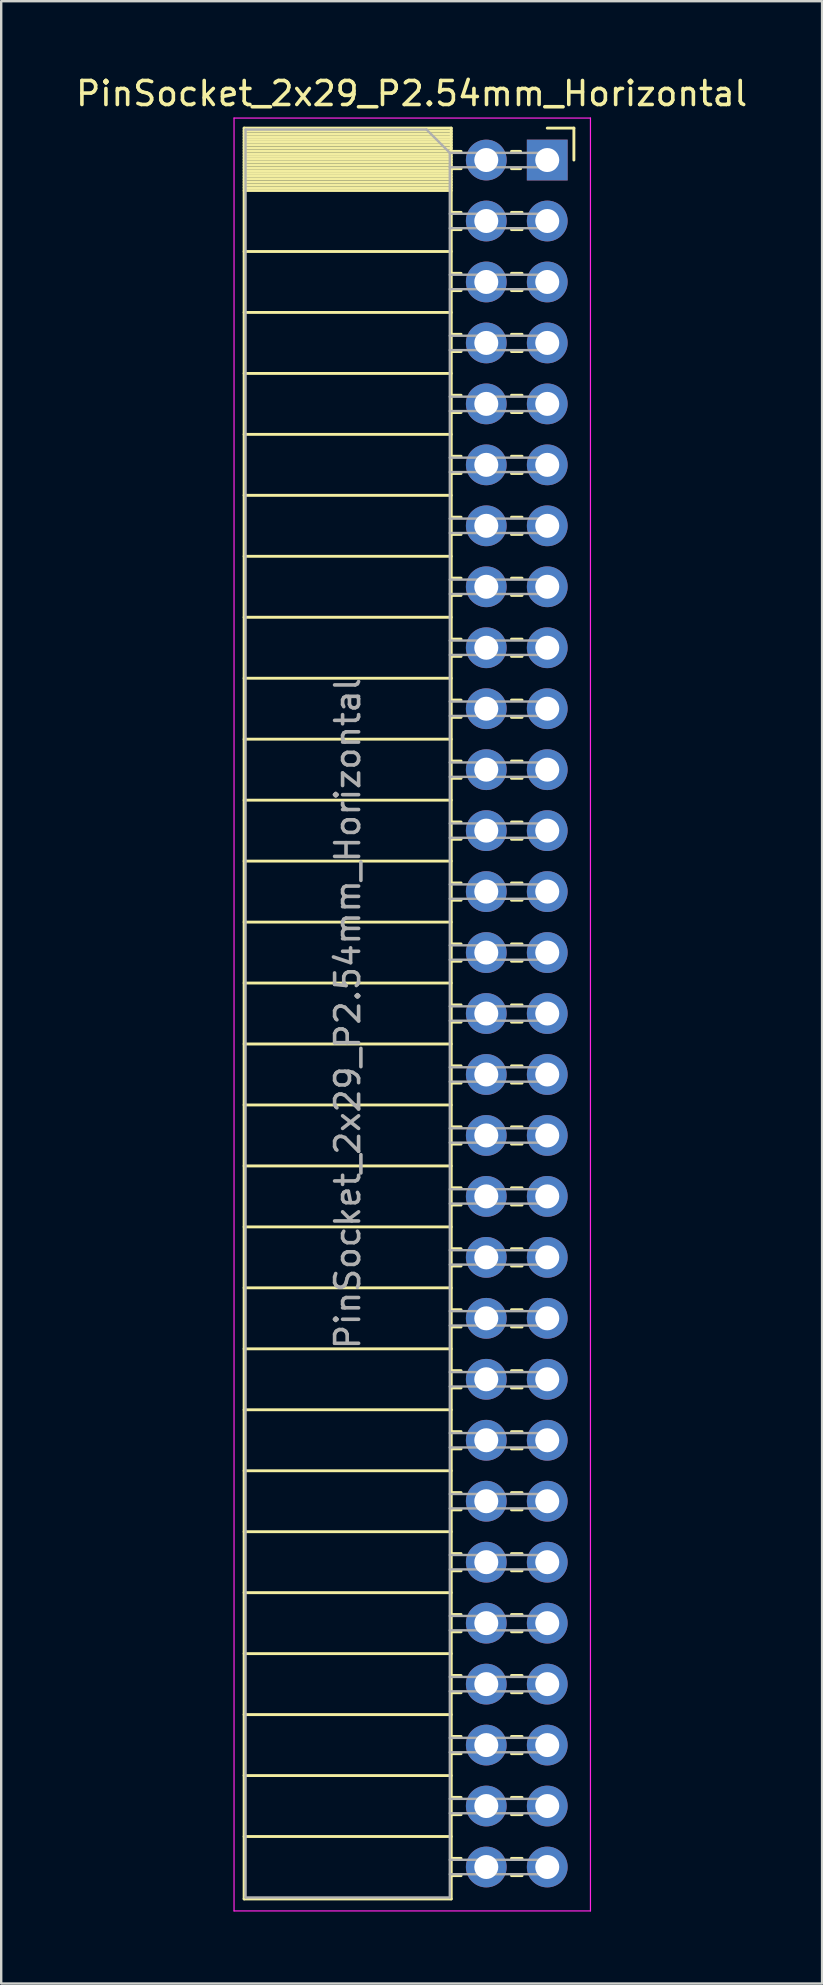
<source format=kicad_pcb>
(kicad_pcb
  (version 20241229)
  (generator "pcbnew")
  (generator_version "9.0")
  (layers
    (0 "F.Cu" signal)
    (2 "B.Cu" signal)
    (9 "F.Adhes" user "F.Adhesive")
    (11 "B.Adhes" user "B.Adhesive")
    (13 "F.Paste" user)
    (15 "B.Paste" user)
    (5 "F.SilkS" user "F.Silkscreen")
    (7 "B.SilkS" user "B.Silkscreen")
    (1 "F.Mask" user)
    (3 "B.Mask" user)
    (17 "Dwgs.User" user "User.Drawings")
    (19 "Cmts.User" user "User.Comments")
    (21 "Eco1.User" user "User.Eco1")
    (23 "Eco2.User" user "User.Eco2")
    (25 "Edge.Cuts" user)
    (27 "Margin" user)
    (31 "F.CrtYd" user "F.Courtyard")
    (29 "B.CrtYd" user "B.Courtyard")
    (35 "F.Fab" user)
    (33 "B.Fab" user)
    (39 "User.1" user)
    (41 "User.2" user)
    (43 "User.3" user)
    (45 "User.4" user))
  (footprint "PinSocket_2x29_P2.54mm_Horizontal"
    (layer "F.Cu")
    (at 19.751 3.618)
    (property "Reference" "PinSocket_2x29_P2.54mm_Horizontal" (at -5.65 -2.77 0) (layer "F.SilkS") (effects (font (size 1 1) (thickness 0.15))))
    (attr through_hole)
    (fp_line (start -12.63 -1.33) (end -12.63 72.45) (stroke (width 0.12) (type solid)) (layer "F.SilkS"))
    (fp_line (start -12.63 -1.33) (end -4 -1.33) (stroke (width 0.12) (type solid)) (layer "F.SilkS"))
    (fp_line (start -12.63 -1.21) (end -4 -1.21) (stroke (width 0.12) (type solid)) (layer "F.SilkS"))
    (fp_line (start -12.63 -1.092) (end -4 -1.092) (stroke (width 0.12) (type solid)) (layer "F.SilkS"))
    (fp_line (start -12.63 -0.974) (end -4 -0.974) (stroke (width 0.12) (type solid)) (layer "F.SilkS"))
    (fp_line (start -12.63 -0.856) (end -4 -0.856) (stroke (width 0.12) (type solid)) (layer "F.SilkS"))
    (fp_line (start -12.63 -0.738) (end -4 -0.738) (stroke (width 0.12) (type solid)) (layer "F.SilkS"))
    (fp_line (start -12.63 -0.62) (end -4 -0.62) (stroke (width 0.12) (type solid)) (layer "F.SilkS"))
    (fp_line (start -12.63 -0.501) (end -4 -0.501) (stroke (width 0.12) (type solid)) (layer "F.SilkS"))
    (fp_line (start -12.63 -0.383) (end -4 -0.383) (stroke (width 0.12) (type solid)) (layer "F.SilkS"))
    (fp_line (start -12.63 -0.265) (end -4 -0.265) (stroke (width 0.12) (type solid)) (layer "F.SilkS"))
    (fp_line (start -12.63 -0.147) (end -4 -0.147) (stroke (width 0.12) (type solid)) (layer "F.SilkS"))
    (fp_line (start -12.63 -0.029) (end -4 -0.029) (stroke (width 0.12) (type solid)) (layer "F.SilkS"))
    (fp_line (start -12.63 0.089) (end -4 0.089) (stroke (width 0.12) (type solid)) (layer "F.SilkS"))
    (fp_line (start -12.63 0.207) (end -4 0.207) (stroke (width 0.12) (type solid)) (layer "F.SilkS"))
    (fp_line (start -12.63 0.325) (end -4 0.325) (stroke (width 0.12) (type solid)) (layer "F.SilkS"))
    (fp_line (start -12.63 0.443) (end -4 0.443) (stroke (width 0.12) (type solid)) (layer "F.SilkS"))
    (fp_line (start -12.63 0.561) (end -4 0.561) (stroke (width 0.12) (type solid)) (layer "F.SilkS"))
    (fp_line (start -12.63 0.68) (end -4 0.68) (stroke (width 0.12) (type solid)) (layer "F.SilkS"))
    (fp_line (start -12.63 0.798) (end -4 0.798) (stroke (width 0.12) (type solid)) (layer "F.SilkS"))
    (fp_line (start -12.63 0.916) (end -4 0.916) (stroke (width 0.12) (type solid)) (layer "F.SilkS"))
    (fp_line (start -12.63 1.034) (end -4 1.034) (stroke (width 0.12) (type solid)) (layer "F.SilkS"))
    (fp_line (start -12.63 1.152) (end -4 1.152) (stroke (width 0.12) (type solid)) (layer "F.SilkS"))
    (fp_line (start -12.63 1.27) (end -4 1.27) (stroke (width 0.12) (type solid)) (layer "F.SilkS"))
    (fp_line (start -12.63 3.81) (end -4 3.81) (stroke (width 0.12) (type solid)) (layer "F.SilkS"))
    (fp_line (start -12.63 6.35) (end -4 6.35) (stroke (width 0.12) (type solid)) (layer "F.SilkS"))
    (fp_line (start -12.63 8.89) (end -4 8.89) (stroke (width 0.12) (type solid)) (layer "F.SilkS"))
    (fp_line (start -12.63 11.43) (end -4 11.43) (stroke (width 0.12) (type solid)) (layer "F.SilkS"))
    (fp_line (start -12.63 13.97) (end -4 13.97) (stroke (width 0.12) (type solid)) (layer "F.SilkS"))
    (fp_line (start -12.63 16.51) (end -4 16.51) (stroke (width 0.12) (type solid)) (layer "F.SilkS"))
    (fp_line (start -12.63 19.05) (end -4 19.05) (stroke (width 0.12) (type solid)) (layer "F.SilkS"))
    (fp_line (start -12.63 21.59) (end -4 21.59) (stroke (width 0.12) (type solid)) (layer "F.SilkS"))
    (fp_line (start -12.63 24.13) (end -4 24.13) (stroke (width 0.12) (type solid)) (layer "F.SilkS"))
    (fp_line (start -12.63 26.67) (end -4 26.67) (stroke (width 0.12) (type solid)) (layer "F.SilkS"))
    (fp_line (start -12.63 29.21) (end -4 29.21) (stroke (width 0.12) (type solid)) (layer "F.SilkS"))
    (fp_line (start -12.63 31.75) (end -4 31.75) (stroke (width 0.12) (type solid)) (layer "F.SilkS"))
    (fp_line (start -12.63 34.29) (end -4 34.29) (stroke (width 0.12) (type solid)) (layer "F.SilkS"))
    (fp_line (start -12.63 36.83) (end -4 36.83) (stroke (width 0.12) (type solid)) (layer "F.SilkS"))
    (fp_line (start -12.63 39.37) (end -4 39.37) (stroke (width 0.12) (type solid)) (layer "F.SilkS"))
    (fp_line (start -12.63 41.91) (end -4 41.91) (stroke (width 0.12) (type solid)) (layer "F.SilkS"))
    (fp_line (start -12.63 44.45) (end -4 44.45) (stroke (width 0.12) (type solid)) (layer "F.SilkS"))
    (fp_line (start -12.63 46.99) (end -4 46.99) (stroke (width 0.12) (type solid)) (layer "F.SilkS"))
    (fp_line (start -12.63 49.53) (end -4 49.53) (stroke (width 0.12) (type solid)) (layer "F.SilkS"))
    (fp_line (start -12.63 52.07) (end -4 52.07) (stroke (width 0.12) (type solid)) (layer "F.SilkS"))
    (fp_line (start -12.63 54.61) (end -4 54.61) (stroke (width 0.12) (type solid)) (layer "F.SilkS"))
    (fp_line (start -12.63 57.15) (end -4 57.15) (stroke (width 0.12) (type solid)) (layer "F.SilkS"))
    (fp_line (start -12.63 59.69) (end -4 59.69) (stroke (width 0.12) (type solid)) (layer "F.SilkS"))
    (fp_line (start -12.63 62.23) (end -4 62.23) (stroke (width 0.12) (type solid)) (layer "F.SilkS"))
    (fp_line (start -12.63 64.77) (end -4 64.77) (stroke (width 0.12) (type solid)) (layer "F.SilkS"))
    (fp_line (start -12.63 67.31) (end -4 67.31) (stroke (width 0.12) (type solid)) (layer "F.SilkS"))
    (fp_line (start -12.63 69.85) (end -4 69.85) (stroke (width 0.12) (type solid)) (layer "F.SilkS"))
    (fp_line (start -12.63 72.45) (end -4 72.45) (stroke (width 0.12) (type solid)) (layer "F.SilkS"))
    (fp_line (start -4 -1.33) (end -4 72.45) (stroke (width 0.12) (type solid)) (layer "F.SilkS"))
    (fp_line (start -4 -0.36) (end -3.59 -0.36) (stroke (width 0.12) (type solid)) (layer "F.SilkS"))
    (fp_line (start -4 0.36) (end -3.59 0.36) (stroke (width 0.12) (type solid)) (layer "F.SilkS"))
    (fp_line (start -4 2.18) (end -3.59 2.18) (stroke (width 0.12) (type solid)) (layer "F.SilkS"))
    (fp_line (start -4 2.9) (end -3.59 2.9) (stroke (width 0.12) (type solid)) (layer "F.SilkS"))
    (fp_line (start -4 4.72) (end -3.59 4.72) (stroke (width 0.12) (type solid)) (layer "F.SilkS"))
    (fp_line (start -4 5.44) (end -3.59 5.44) (stroke (width 0.12) (type solid)) (layer "F.SilkS"))
    (fp_line (start -4 7.26) (end -3.59 7.26) (stroke (width 0.12) (type solid)) (layer "F.SilkS"))
    (fp_line (start -4 7.98) (end -3.59 7.98) (stroke (width 0.12) (type solid)) (layer "F.SilkS"))
    (fp_line (start -4 9.8) (end -3.59 9.8) (stroke (width 0.12) (type solid)) (layer "F.SilkS"))
    (fp_line (start -4 10.52) (end -3.59 10.52) (stroke (width 0.12) (type solid)) (layer "F.SilkS"))
    (fp_line (start -4 12.34) (end -3.59 12.34) (stroke (width 0.12) (type solid)) (layer "F.SilkS"))
    (fp_line (start -4 13.06) (end -3.59 13.06) (stroke (width 0.12) (type solid)) (layer "F.SilkS"))
    (fp_line (start -4 14.88) (end -3.59 14.88) (stroke (width 0.12) (type solid)) (layer "F.SilkS"))
    (fp_line (start -4 15.6) (end -3.59 15.6) (stroke (width 0.12) (type solid)) (layer "F.SilkS"))
    (fp_line (start -4 17.42) (end -3.59 17.42) (stroke (width 0.12) (type solid)) (layer "F.SilkS"))
    (fp_line (start -4 18.14) (end -3.59 18.14) (stroke (width 0.12) (type solid)) (layer "F.SilkS"))
    (fp_line (start -4 19.96) (end -3.59 19.96) (stroke (width 0.12) (type solid)) (layer "F.SilkS"))
    (fp_line (start -4 20.68) (end -3.59 20.68) (stroke (width 0.12) (type solid)) (layer "F.SilkS"))
    (fp_line (start -4 22.5) (end -3.59 22.5) (stroke (width 0.12) (type solid)) (layer "F.SilkS"))
    (fp_line (start -4 23.22) (end -3.59 23.22) (stroke (width 0.12) (type solid)) (layer "F.SilkS"))
    (fp_line (start -4 25.04) (end -3.59 25.04) (stroke (width 0.12) (type solid)) (layer "F.SilkS"))
    (fp_line (start -4 25.76) (end -3.59 25.76) (stroke (width 0.12) (type solid)) (layer "F.SilkS"))
    (fp_line (start -4 27.58) (end -3.59 27.58) (stroke (width 0.12) (type solid)) (layer "F.SilkS"))
    (fp_line (start -4 28.3) (end -3.59 28.3) (stroke (width 0.12) (type solid)) (layer "F.SilkS"))
    (fp_line (start -4 30.12) (end -3.59 30.12) (stroke (width 0.12) (type solid)) (layer "F.SilkS"))
    (fp_line (start -4 30.84) (end -3.59 30.84) (stroke (width 0.12) (type solid)) (layer "F.SilkS"))
    (fp_line (start -4 32.66) (end -3.59 32.66) (stroke (width 0.12) (type solid)) (layer "F.SilkS"))
    (fp_line (start -4 33.38) (end -3.59 33.38) (stroke (width 0.12) (type solid)) (layer "F.SilkS"))
    (fp_line (start -4 35.2) (end -3.59 35.2) (stroke (width 0.12) (type solid)) (layer "F.SilkS"))
    (fp_line (start -4 35.92) (end -3.59 35.92) (stroke (width 0.12) (type solid)) (layer "F.SilkS"))
    (fp_line (start -4 37.74) (end -3.59 37.74) (stroke (width 0.12) (type solid)) (layer "F.SilkS"))
    (fp_line (start -4 38.46) (end -3.59 38.46) (stroke (width 0.12) (type solid)) (layer "F.SilkS"))
    (fp_line (start -4 40.28) (end -3.59 40.28) (stroke (width 0.12) (type solid)) (layer "F.SilkS"))
    (fp_line (start -4 41) (end -3.59 41) (stroke (width 0.12) (type solid)) (layer "F.SilkS"))
    (fp_line (start -4 42.82) (end -3.59 42.82) (stroke (width 0.12) (type solid)) (layer "F.SilkS"))
    (fp_line (start -4 43.54) (end -3.59 43.54) (stroke (width 0.12) (type solid)) (layer "F.SilkS"))
    (fp_line (start -4 45.36) (end -3.59 45.36) (stroke (width 0.12) (type solid)) (layer "F.SilkS"))
    (fp_line (start -4 46.08) (end -3.59 46.08) (stroke (width 0.12) (type solid)) (layer "F.SilkS"))
    (fp_line (start -4 47.9) (end -3.59 47.9) (stroke (width 0.12) (type solid)) (layer "F.SilkS"))
    (fp_line (start -4 48.62) (end -3.59 48.62) (stroke (width 0.12) (type solid)) (layer "F.SilkS"))
    (fp_line (start -4 50.44) (end -3.59 50.44) (stroke (width 0.12) (type solid)) (layer "F.SilkS"))
    (fp_line (start -4 51.16) (end -3.59 51.16) (stroke (width 0.12) (type solid)) (layer "F.SilkS"))
    (fp_line (start -4 52.98) (end -3.59 52.98) (stroke (width 0.12) (type solid)) (layer "F.SilkS"))
    (fp_line (start -4 53.7) (end -3.59 53.7) (stroke (width 0.12) (type solid)) (layer "F.SilkS"))
    (fp_line (start -4 55.52) (end -3.59 55.52) (stroke (width 0.12) (type solid)) (layer "F.SilkS"))
    (fp_line (start -4 56.24) (end -3.59 56.24) (stroke (width 0.12) (type solid)) (layer "F.SilkS"))
    (fp_line (start -4 58.06) (end -3.59 58.06) (stroke (width 0.12) (type solid)) (layer "F.SilkS"))
    (fp_line (start -4 58.78) (end -3.59 58.78) (stroke (width 0.12) (type solid)) (layer "F.SilkS"))
    (fp_line (start -4 60.6) (end -3.59 60.6) (stroke (width 0.12) (type solid)) (layer "F.SilkS"))
    (fp_line (start -4 61.32) (end -3.59 61.32) (stroke (width 0.12) (type solid)) (layer "F.SilkS"))
    (fp_line (start -4 63.14) (end -3.59 63.14) (stroke (width 0.12) (type solid)) (layer "F.SilkS"))
    (fp_line (start -4 63.86) (end -3.59 63.86) (stroke (width 0.12) (type solid)) (layer "F.SilkS"))
    (fp_line (start -4 65.68) (end -3.59 65.68) (stroke (width 0.12) (type solid)) (layer "F.SilkS"))
    (fp_line (start -4 66.4) (end -3.59 66.4) (stroke (width 0.12) (type solid)) (layer "F.SilkS"))
    (fp_line (start -4 68.22) (end -3.59 68.22) (stroke (width 0.12) (type solid)) (layer "F.SilkS"))
    (fp_line (start -4 68.94) (end -3.59 68.94) (stroke (width 0.12) (type solid)) (layer "F.SilkS"))
    (fp_line (start -4 70.76) (end -3.59 70.76) (stroke (width 0.12) (type solid)) (layer "F.SilkS"))
    (fp_line (start -4 71.48) (end -3.59 71.48) (stroke (width 0.12) (type solid)) (layer "F.SilkS"))
    (fp_line (start -1.49 -0.36) (end -1.11 -0.36) (stroke (width 0.12) (type solid)) (layer "F.SilkS"))
    (fp_line (start -1.49 0.36) (end -1.11 0.36) (stroke (width 0.12) (type solid)) (layer "F.SilkS"))
    (fp_line (start -1.49 2.18) (end -1.05 2.18) (stroke (width 0.12) (type solid)) (layer "F.SilkS"))
    (fp_line (start -1.49 2.9) (end -1.05 2.9) (stroke (width 0.12) (type solid)) (layer "F.SilkS"))
    (fp_line (start -1.49 4.72) (end -1.05 4.72) (stroke (width 0.12) (type solid)) (layer "F.SilkS"))
    (fp_line (start -1.49 5.44) (end -1.05 5.44) (stroke (width 0.12) (type solid)) (layer "F.SilkS"))
    (fp_line (start -1.49 7.26) (end -1.05 7.26) (stroke (width 0.12) (type solid)) (layer "F.SilkS"))
    (fp_line (start -1.49 7.98) (end -1.05 7.98) (stroke (width 0.12) (type solid)) (layer "F.SilkS"))
    (fp_line (start -1.49 9.8) (end -1.05 9.8) (stroke (width 0.12) (type solid)) (layer "F.SilkS"))
    (fp_line (start -1.49 10.52) (end -1.05 10.52) (stroke (width 0.12) (type solid)) (layer "F.SilkS"))
    (fp_line (start -1.49 12.34) (end -1.05 12.34) (stroke (width 0.12) (type solid)) (layer "F.SilkS"))
    (fp_line (start -1.49 13.06) (end -1.05 13.06) (stroke (width 0.12) (type solid)) (layer "F.SilkS"))
    (fp_line (start -1.49 14.88) (end -1.05 14.88) (stroke (width 0.12) (type solid)) (layer "F.SilkS"))
    (fp_line (start -1.49 15.6) (end -1.05 15.6) (stroke (width 0.12) (type solid)) (layer "F.SilkS"))
    (fp_line (start -1.49 17.42) (end -1.05 17.42) (stroke (width 0.12) (type solid)) (layer "F.SilkS"))
    (fp_line (start -1.49 18.14) (end -1.05 18.14) (stroke (width 0.12) (type solid)) (layer "F.SilkS"))
    (fp_line (start -1.49 19.96) (end -1.05 19.96) (stroke (width 0.12) (type solid)) (layer "F.SilkS"))
    (fp_line (start -1.49 20.68) (end -1.05 20.68) (stroke (width 0.12) (type solid)) (layer "F.SilkS"))
    (fp_line (start -1.49 22.5) (end -1.05 22.5) (stroke (width 0.12) (type solid)) (layer "F.SilkS"))
    (fp_line (start -1.49 23.22) (end -1.05 23.22) (stroke (width 0.12) (type solid)) (layer "F.SilkS"))
    (fp_line (start -1.49 25.04) (end -1.05 25.04) (stroke (width 0.12) (type solid)) (layer "F.SilkS"))
    (fp_line (start -1.49 25.76) (end -1.05 25.76) (stroke (width 0.12) (type solid)) (layer "F.SilkS"))
    (fp_line (start -1.49 27.58) (end -1.05 27.58) (stroke (width 0.12) (type solid)) (layer "F.SilkS"))
    (fp_line (start -1.49 28.3) (end -1.05 28.3) (stroke (width 0.12) (type solid)) (layer "F.SilkS"))
    (fp_line (start -1.49 30.12) (end -1.05 30.12) (stroke (width 0.12) (type solid)) (layer "F.SilkS"))
    (fp_line (start -1.49 30.84) (end -1.05 30.84) (stroke (width 0.12) (type solid)) (layer "F.SilkS"))
    (fp_line (start -1.49 32.66) (end -1.05 32.66) (stroke (width 0.12) (type solid)) (layer "F.SilkS"))
    (fp_line (start -1.49 33.38) (end -1.05 33.38) (stroke (width 0.12) (type solid)) (layer "F.SilkS"))
    (fp_line (start -1.49 35.2) (end -1.05 35.2) (stroke (width 0.12) (type solid)) (layer "F.SilkS"))
    (fp_line (start -1.49 35.92) (end -1.05 35.92) (stroke (width 0.12) (type solid)) (layer "F.SilkS"))
    (fp_line (start -1.49 37.74) (end -1.05 37.74) (stroke (width 0.12) (type solid)) (layer "F.SilkS"))
    (fp_line (start -1.49 38.46) (end -1.05 38.46) (stroke (width 0.12) (type solid)) (layer "F.SilkS"))
    (fp_line (start -1.49 40.28) (end -1.05 40.28) (stroke (width 0.12) (type solid)) (layer "F.SilkS"))
    (fp_line (start -1.49 41) (end -1.05 41) (stroke (width 0.12) (type solid)) (layer "F.SilkS"))
    (fp_line (start -1.49 42.82) (end -1.05 42.82) (stroke (width 0.12) (type solid)) (layer "F.SilkS"))
    (fp_line (start -1.49 43.54) (end -1.05 43.54) (stroke (width 0.12) (type solid)) (layer "F.SilkS"))
    (fp_line (start -1.49 45.36) (end -1.05 45.36) (stroke (width 0.12) (type solid)) (layer "F.SilkS"))
    (fp_line (start -1.49 46.08) (end -1.05 46.08) (stroke (width 0.12) (type solid)) (layer "F.SilkS"))
    (fp_line (start -1.49 47.9) (end -1.05 47.9) (stroke (width 0.12) (type solid)) (layer "F.SilkS"))
    (fp_line (start -1.49 48.62) (end -1.05 48.62) (stroke (width 0.12) (type solid)) (layer "F.SilkS"))
    (fp_line (start -1.49 50.44) (end -1.05 50.44) (stroke (width 0.12) (type solid)) (layer "F.SilkS"))
    (fp_line (start -1.49 51.16) (end -1.05 51.16) (stroke (width 0.12) (type solid)) (layer "F.SilkS"))
    (fp_line (start -1.49 52.98) (end -1.05 52.98) (stroke (width 0.12) (type solid)) (layer "F.SilkS"))
    (fp_line (start -1.49 53.7) (end -1.05 53.7) (stroke (width 0.12) (type solid)) (layer "F.SilkS"))
    (fp_line (start -1.49 55.52) (end -1.05 55.52) (stroke (width 0.12) (type solid)) (layer "F.SilkS"))
    (fp_line (start -1.49 56.24) (end -1.05 56.24) (stroke (width 0.12) (type solid)) (layer "F.SilkS"))
    (fp_line (start -1.49 58.06) (end -1.05 58.06) (stroke (width 0.12) (type solid)) (layer "F.SilkS"))
    (fp_line (start -1.49 58.78) (end -1.05 58.78) (stroke (width 0.12) (type solid)) (layer "F.SilkS"))
    (fp_line (start -1.49 60.6) (end -1.05 60.6) (stroke (width 0.12) (type solid)) (layer "F.SilkS"))
    (fp_line (start -1.49 61.32) (end -1.05 61.32) (stroke (width 0.12) (type solid)) (layer "F.SilkS"))
    (fp_line (start -1.49 63.14) (end -1.05 63.14) (stroke (width 0.12) (type solid)) (layer "F.SilkS"))
    (fp_line (start -1.49 63.86) (end -1.05 63.86) (stroke (width 0.12) (type solid)) (layer "F.SilkS"))
    (fp_line (start -1.49 65.68) (end -1.05 65.68) (stroke (width 0.12) (type solid)) (layer "F.SilkS"))
    (fp_line (start -1.49 66.4) (end -1.05 66.4) (stroke (width 0.12) (type solid)) (layer "F.SilkS"))
    (fp_line (start -1.49 68.22) (end -1.05 68.22) (stroke (width 0.12) (type solid)) (layer "F.SilkS"))
    (fp_line (start -1.49 68.94) (end -1.05 68.94) (stroke (width 0.12) (type solid)) (layer "F.SilkS"))
    (fp_line (start -1.49 70.76) (end -1.05 70.76) (stroke (width 0.12) (type solid)) (layer "F.SilkS"))
    (fp_line (start -1.49 71.48) (end -1.05 71.48) (stroke (width 0.12) (type solid)) (layer "F.SilkS"))
    (fp_line (start 0 -1.33) (end 1.11 -1.33) (stroke (width 0.12) (type solid)) (layer "F.SilkS"))
    (fp_line (start 1.11 -1.33) (end 1.11 0) (stroke (width 0.12) (type solid)) (layer "F.SilkS"))
    (fp_line (start -13.05 -1.75) (end -13.05 72.95) (stroke (width 0.05) (type solid)) (layer "F.CrtYd"))
    (fp_line (start -13.05 72.95) (end 1.8 72.95) (stroke (width 0.05) (type solid)) (layer "F.CrtYd"))
    (fp_line (start 1.8 -1.75) (end -13.05 -1.75) (stroke (width 0.05) (type solid)) (layer "F.CrtYd"))
    (fp_line (start 1.8 72.95) (end 1.8 -1.75) (stroke (width 0.05) (type solid)) (layer "F.CrtYd"))
    (fp_line (start -12.57 -1.27) (end -5.03 -1.27) (stroke (width 0.1) (type solid)) (layer "F.Fab"))
    (fp_line (start -12.57 72.39) (end -12.57 -1.27) (stroke (width 0.1) (type solid)) (layer "F.Fab"))
    (fp_line (start -5.03 -1.27) (end -4.06 -0.3) (stroke (width 0.1) (type solid)) (layer "F.Fab"))
    (fp_line (start -4.06 -0.3) (end -4.06 72.39) (stroke (width 0.1) (type solid)) (layer "F.Fab"))
    (fp_line (start -4.06 0.3) (end 0 0.3) (stroke (width 0.1) (type solid)) (layer "F.Fab"))
    (fp_line (start -4.06 2.84) (end 0 2.84) (stroke (width 0.1) (type solid)) (layer "F.Fab"))
    (fp_line (start -4.06 5.38) (end 0 5.38) (stroke (width 0.1) (type solid)) (layer "F.Fab"))
    (fp_line (start -4.06 7.92) (end 0 7.92) (stroke (width 0.1) (type solid)) (layer "F.Fab"))
    (fp_line (start -4.06 10.46) (end 0 10.46) (stroke (width 0.1) (type solid)) (layer "F.Fab"))
    (fp_line (start -4.06 13) (end 0 13) (stroke (width 0.1) (type solid)) (layer "F.Fab"))
    (fp_line (start -4.06 15.54) (end 0 15.54) (stroke (width 0.1) (type solid)) (layer "F.Fab"))
    (fp_line (start -4.06 18.08) (end 0 18.08) (stroke (width 0.1) (type solid)) (layer "F.Fab"))
    (fp_line (start -4.06 20.62) (end 0 20.62) (stroke (width 0.1) (type solid)) (layer "F.Fab"))
    (fp_line (start -4.06 23.16) (end 0 23.16) (stroke (width 0.1) (type solid)) (layer "F.Fab"))
    (fp_line (start -4.06 25.7) (end 0 25.7) (stroke (width 0.1) (type solid)) (layer "F.Fab"))
    (fp_line (start -4.06 28.24) (end 0 28.24) (stroke (width 0.1) (type solid)) (layer "F.Fab"))
    (fp_line (start -4.06 30.78) (end 0 30.78) (stroke (width 0.1) (type solid)) (layer "F.Fab"))
    (fp_line (start -4.06 33.32) (end 0 33.32) (stroke (width 0.1) (type solid)) (layer "F.Fab"))
    (fp_line (start -4.06 35.86) (end 0 35.86) (stroke (width 0.1) (type solid)) (layer "F.Fab"))
    (fp_line (start -4.06 38.4) (end 0 38.4) (stroke (width 0.1) (type solid)) (layer "F.Fab"))
    (fp_line (start -4.06 40.94) (end 0 40.94) (stroke (width 0.1) (type solid)) (layer "F.Fab"))
    (fp_line (start -4.06 43.48) (end 0 43.48) (stroke (width 0.1) (type solid)) (layer "F.Fab"))
    (fp_line (start -4.06 46.02) (end 0 46.02) (stroke (width 0.1) (type solid)) (layer "F.Fab"))
    (fp_line (start -4.06 48.56) (end 0 48.56) (stroke (width 0.1) (type solid)) (layer "F.Fab"))
    (fp_line (start -4.06 51.1) (end 0 51.1) (stroke (width 0.1) (type solid)) (layer "F.Fab"))
    (fp_line (start -4.06 53.64) (end 0 53.64) (stroke (width 0.1) (type solid)) (layer "F.Fab"))
    (fp_line (start -4.06 56.18) (end 0 56.18) (stroke (width 0.1) (type solid)) (layer "F.Fab"))
    (fp_line (start -4.06 58.72) (end 0 58.72) (stroke (width 0.1) (type solid)) (layer "F.Fab"))
    (fp_line (start -4.06 61.26) (end 0 61.26) (stroke (width 0.1) (type solid)) (layer "F.Fab"))
    (fp_line (start -4.06 63.8) (end 0 63.8) (stroke (width 0.1) (type solid)) (layer "F.Fab"))
    (fp_line (start -4.06 66.34) (end 0 66.34) (stroke (width 0.1) (type solid)) (layer "F.Fab"))
    (fp_line (start -4.06 68.88) (end 0 68.88) (stroke (width 0.1) (type solid)) (layer "F.Fab"))
    (fp_line (start -4.06 71.42) (end 0 71.42) (stroke (width 0.1) (type solid)) (layer "F.Fab"))
    (fp_line (start -4.06 72.39) (end -12.57 72.39) (stroke (width 0.1) (type solid)) (layer "F.Fab"))
    (fp_line (start 0 -0.3) (end -4.06 -0.3) (stroke (width 0.1) (type solid)) (layer "F.Fab"))
    (fp_line (start 0 0.3) (end 0 -0.3) (stroke (width 0.1) (type solid)) (layer "F.Fab"))
    (fp_line (start 0 2.24) (end -4.06 2.24) (stroke (width 0.1) (type solid)) (layer "F.Fab"))
    (fp_line (start 0 2.84) (end 0 2.24) (stroke (width 0.1) (type solid)) (layer "F.Fab"))
    (fp_line (start 0 4.78) (end -4.06 4.78) (stroke (width 0.1) (type solid)) (layer "F.Fab"))
    (fp_line (start 0 5.38) (end 0 4.78) (stroke (width 0.1) (type solid)) (layer "F.Fab"))
    (fp_line (start 0 7.32) (end -4.06 7.32) (stroke (width 0.1) (type solid)) (layer "F.Fab"))
    (fp_line (start 0 7.92) (end 0 7.32) (stroke (width 0.1) (type solid)) (layer "F.Fab"))
    (fp_line (start 0 9.86) (end -4.06 9.86) (stroke (width 0.1) (type solid)) (layer "F.Fab"))
    (fp_line (start 0 10.46) (end 0 9.86) (stroke (width 0.1) (type solid)) (layer "F.Fab"))
    (fp_line (start 0 12.4) (end -4.06 12.4) (stroke (width 0.1) (type solid)) (layer "F.Fab"))
    (fp_line (start 0 13) (end 0 12.4) (stroke (width 0.1) (type solid)) (layer "F.Fab"))
    (fp_line (start 0 14.94) (end -4.06 14.94) (stroke (width 0.1) (type solid)) (layer "F.Fab"))
    (fp_line (start 0 15.54) (end 0 14.94) (stroke (width 0.1) (type solid)) (layer "F.Fab"))
    (fp_line (start 0 17.48) (end -4.06 17.48) (stroke (width 0.1) (type solid)) (layer "F.Fab"))
    (fp_line (start 0 18.08) (end 0 17.48) (stroke (width 0.1) (type solid)) (layer "F.Fab"))
    (fp_line (start 0 20.02) (end -4.06 20.02) (stroke (width 0.1) (type solid)) (layer "F.Fab"))
    (fp_line (start 0 20.62) (end 0 20.02) (stroke (width 0.1) (type solid)) (layer "F.Fab"))
    (fp_line (start 0 22.56) (end -4.06 22.56) (stroke (width 0.1) (type solid)) (layer "F.Fab"))
    (fp_line (start 0 23.16) (end 0 22.56) (stroke (width 0.1) (type solid)) (layer "F.Fab"))
    (fp_line (start 0 25.1) (end -4.06 25.1) (stroke (width 0.1) (type solid)) (layer "F.Fab"))
    (fp_line (start 0 25.7) (end 0 25.1) (stroke (width 0.1) (type solid)) (layer "F.Fab"))
    (fp_line (start 0 27.64) (end -4.06 27.64) (stroke (width 0.1) (type solid)) (layer "F.Fab"))
    (fp_line (start 0 28.24) (end 0 27.64) (stroke (width 0.1) (type solid)) (layer "F.Fab"))
    (fp_line (start 0 30.18) (end -4.06 30.18) (stroke (width 0.1) (type solid)) (layer "F.Fab"))
    (fp_line (start 0 30.78) (end 0 30.18) (stroke (width 0.1) (type solid)) (layer "F.Fab"))
    (fp_line (start 0 32.72) (end -4.06 32.72) (stroke (width 0.1) (type solid)) (layer "F.Fab"))
    (fp_line (start 0 33.32) (end 0 32.72) (stroke (width 0.1) (type solid)) (layer "F.Fab"))
    (fp_line (start 0 35.26) (end -4.06 35.26) (stroke (width 0.1) (type solid)) (layer "F.Fab"))
    (fp_line (start 0 35.86) (end 0 35.26) (stroke (width 0.1) (type solid)) (layer "F.Fab"))
    (fp_line (start 0 37.8) (end -4.06 37.8) (stroke (width 0.1) (type solid)) (layer "F.Fab"))
    (fp_line (start 0 38.4) (end 0 37.8) (stroke (width 0.1) (type solid)) (layer "F.Fab"))
    (fp_line (start 0 40.34) (end -4.06 40.34) (stroke (width 0.1) (type solid)) (layer "F.Fab"))
    (fp_line (start 0 40.94) (end 0 40.34) (stroke (width 0.1) (type solid)) (layer "F.Fab"))
    (fp_line (start 0 42.88) (end -4.06 42.88) (stroke (width 0.1) (type solid)) (layer "F.Fab"))
    (fp_line (start 0 43.48) (end 0 42.88) (stroke (width 0.1) (type solid)) (layer "F.Fab"))
    (fp_line (start 0 45.42) (end -4.06 45.42) (stroke (width 0.1) (type solid)) (layer "F.Fab"))
    (fp_line (start 0 46.02) (end 0 45.42) (stroke (width 0.1) (type solid)) (layer "F.Fab"))
    (fp_line (start 0 47.96) (end -4.06 47.96) (stroke (width 0.1) (type solid)) (layer "F.Fab"))
    (fp_line (start 0 48.56) (end 0 47.96) (stroke (width 0.1) (type solid)) (layer "F.Fab"))
    (fp_line (start 0 50.5) (end -4.06 50.5) (stroke (width 0.1) (type solid)) (layer "F.Fab"))
    (fp_line (start 0 51.1) (end 0 50.5) (stroke (width 0.1) (type solid)) (layer "F.Fab"))
    (fp_line (start 0 53.04) (end -4.06 53.04) (stroke (width 0.1) (type solid)) (layer "F.Fab"))
    (fp_line (start 0 53.64) (end 0 53.04) (stroke (width 0.1) (type solid)) (layer "F.Fab"))
    (fp_line (start 0 55.58) (end -4.06 55.58) (stroke (width 0.1) (type solid)) (layer "F.Fab"))
    (fp_line (start 0 56.18) (end 0 55.58) (stroke (width 0.1) (type solid)) (layer "F.Fab"))
    (fp_line (start 0 58.12) (end -4.06 58.12) (stroke (width 0.1) (type solid)) (layer "F.Fab"))
    (fp_line (start 0 58.72) (end 0 58.12) (stroke (width 0.1) (type solid)) (layer "F.Fab"))
    (fp_line (start 0 60.66) (end -4.06 60.66) (stroke (width 0.1) (type solid)) (layer "F.Fab"))
    (fp_line (start 0 61.26) (end 0 60.66) (stroke (width 0.1) (type solid)) (layer "F.Fab"))
    (fp_line (start 0 63.2) (end -4.06 63.2) (stroke (width 0.1) (type solid)) (layer "F.Fab"))
    (fp_line (start 0 63.8) (end 0 63.2) (stroke (width 0.1) (type solid)) (layer "F.Fab"))
    (fp_line (start 0 65.74) (end -4.06 65.74) (stroke (width 0.1) (type solid)) (layer "F.Fab"))
    (fp_line (start 0 66.34) (end 0 65.74) (stroke (width 0.1) (type solid)) (layer "F.Fab"))
    (fp_line (start 0 68.28) (end -4.06 68.28) (stroke (width 0.1) (type solid)) (layer "F.Fab"))
    (fp_line (start 0 68.88) (end 0 68.28) (stroke (width 0.1) (type solid)) (layer "F.Fab"))
    (fp_line (start 0 70.82) (end -4.06 70.82) (stroke (width 0.1) (type solid)) (layer "F.Fab"))
    (fp_line (start 0 71.42) (end 0 70.82) (stroke (width 0.1) (type solid)) (layer "F.Fab"))
    (fp_text user "${REFERENCE}" (at -8.315 35.56 90) (layer "F.Fab") (effects (font (size 1 1) (thickness 0.15))))
    (pad "1" thru_hole rect (at 0 0) (size 1.7 1.7) (drill 1) (layers "*.Cu" "*.Mask"))
    (pad "2" thru_hole circle (at -2.54 0) (size 1.7 1.7) (drill 1) (layers "*.Cu" "*.Mask"))
    (pad "3" thru_hole circle (at 0 2.54) (size 1.7 1.7) (drill 1) (layers "*.Cu" "*.Mask"))
    (pad "4" thru_hole circle (at -2.54 2.54) (size 1.7 1.7) (drill 1) (layers "*.Cu" "*.Mask"))
    (pad "5" thru_hole circle (at 0 5.08) (size 1.7 1.7) (drill 1) (layers "*.Cu" "*.Mask"))
    (pad "6" thru_hole circle (at -2.54 5.08) (size 1.7 1.7) (drill 1) (layers "*.Cu" "*.Mask"))
    (pad "7" thru_hole circle (at 0 7.62) (size 1.7 1.7) (drill 1) (layers "*.Cu" "*.Mask"))
    (pad "8" thru_hole circle (at -2.54 7.62) (size 1.7 1.7) (drill 1) (layers "*.Cu" "*.Mask"))
    (pad "9" thru_hole circle (at 0 10.16) (size 1.7 1.7) (drill 1) (layers "*.Cu" "*.Mask"))
    (pad "10" thru_hole circle (at -2.54 10.16) (size 1.7 1.7) (drill 1) (layers "*.Cu" "*.Mask"))
    (pad "11" thru_hole circle (at 0 12.7) (size 1.7 1.7) (drill 1) (layers "*.Cu" "*.Mask"))
    (pad "12" thru_hole circle (at -2.54 12.7) (size 1.7 1.7) (drill 1) (layers "*.Cu" "*.Mask"))
    (pad "13" thru_hole circle (at 0 15.24) (size 1.7 1.7) (drill 1) (layers "*.Cu" "*.Mask"))
    (pad "14" thru_hole circle (at -2.54 15.24) (size 1.7 1.7) (drill 1) (layers "*.Cu" "*.Mask"))
    (pad "15" thru_hole circle (at 0 17.78) (size 1.7 1.7) (drill 1) (layers "*.Cu" "*.Mask"))
    (pad "16" thru_hole circle (at -2.54 17.78) (size 1.7 1.7) (drill 1) (layers "*.Cu" "*.Mask"))
    (pad "17" thru_hole circle (at 0 20.32) (size 1.7 1.7) (drill 1) (layers "*.Cu" "*.Mask"))
    (pad "18" thru_hole circle (at -2.54 20.32) (size 1.7 1.7) (drill 1) (layers "*.Cu" "*.Mask"))
    (pad "19" thru_hole circle (at 0 22.86) (size 1.7 1.7) (drill 1) (layers "*.Cu" "*.Mask"))
    (pad "20" thru_hole circle (at -2.54 22.86) (size 1.7 1.7) (drill 1) (layers "*.Cu" "*.Mask"))
    (pad "21" thru_hole circle (at 0 25.4) (size 1.7 1.7) (drill 1) (layers "*.Cu" "*.Mask"))
    (pad "22" thru_hole circle (at -2.54 25.4) (size 1.7 1.7) (drill 1) (layers "*.Cu" "*.Mask"))
    (pad "23" thru_hole circle (at 0 27.94) (size 1.7 1.7) (drill 1) (layers "*.Cu" "*.Mask"))
    (pad "24" thru_hole circle (at -2.54 27.94) (size 1.7 1.7) (drill 1) (layers "*.Cu" "*.Mask"))
    (pad "25" thru_hole circle (at 0 30.48) (size 1.7 1.7) (drill 1) (layers "*.Cu" "*.Mask"))
    (pad "26" thru_hole circle (at -2.54 30.48) (size 1.7 1.7) (drill 1) (layers "*.Cu" "*.Mask"))
    (pad "27" thru_hole circle (at 0 33.02) (size 1.7 1.7) (drill 1) (layers "*.Cu" "*.Mask"))
    (pad "28" thru_hole circle (at -2.54 33.02) (size 1.7 1.7) (drill 1) (layers "*.Cu" "*.Mask"))
    (pad "29" thru_hole circle (at 0 35.56) (size 1.7 1.7) (drill 1) (layers "*.Cu" "*.Mask"))
    (pad "30" thru_hole circle (at -2.54 35.56) (size 1.7 1.7) (drill 1) (layers "*.Cu" "*.Mask"))
    (pad "31" thru_hole circle (at 0 38.1) (size 1.7 1.7) (drill 1) (layers "*.Cu" "*.Mask"))
    (pad "32" thru_hole circle (at -2.54 38.1) (size 1.7 1.7) (drill 1) (layers "*.Cu" "*.Mask"))
    (pad "33" thru_hole circle (at 0 40.64) (size 1.7 1.7) (drill 1) (layers "*.Cu" "*.Mask"))
    (pad "34" thru_hole circle (at -2.54 40.64) (size 1.7 1.7) (drill 1) (layers "*.Cu" "*.Mask"))
    (pad "35" thru_hole circle (at 0 43.18) (size 1.7 1.7) (drill 1) (layers "*.Cu" "*.Mask"))
    (pad "36" thru_hole circle (at -2.54 43.18) (size 1.7 1.7) (drill 1) (layers "*.Cu" "*.Mask"))
    (pad "37" thru_hole circle (at 0 45.72) (size 1.7 1.7) (drill 1) (layers "*.Cu" "*.Mask"))
    (pad "38" thru_hole circle (at -2.54 45.72) (size 1.7 1.7) (drill 1) (layers "*.Cu" "*.Mask"))
    (pad "39" thru_hole circle (at 0 48.26) (size 1.7 1.7) (drill 1) (layers "*.Cu" "*.Mask"))
    (pad "40" thru_hole circle (at -2.54 48.26) (size 1.7 1.7) (drill 1) (layers "*.Cu" "*.Mask"))
    (pad "41" thru_hole circle (at 0 50.8) (size 1.7 1.7) (drill 1) (layers "*.Cu" "*.Mask"))
    (pad "42" thru_hole circle (at -2.54 50.8) (size 1.7 1.7) (drill 1) (layers "*.Cu" "*.Mask"))
    (pad "43" thru_hole circle (at 0 53.34) (size 1.7 1.7) (drill 1) (layers "*.Cu" "*.Mask"))
    (pad "44" thru_hole circle (at -2.54 53.34) (size 1.7 1.7) (drill 1) (layers "*.Cu" "*.Mask"))
    (pad "45" thru_hole circle (at 0 55.88) (size 1.7 1.7) (drill 1) (layers "*.Cu" "*.Mask"))
    (pad "46" thru_hole circle (at -2.54 55.88) (size 1.7 1.7) (drill 1) (layers "*.Cu" "*.Mask"))
    (pad "47" thru_hole circle (at 0 58.42) (size 1.7 1.7) (drill 1) (layers "*.Cu" "*.Mask"))
    (pad "48" thru_hole circle (at -2.54 58.42) (size 1.7 1.7) (drill 1) (layers "*.Cu" "*.Mask"))
    (pad "49" thru_hole circle (at 0 60.96) (size 1.7 1.7) (drill 1) (layers "*.Cu" "*.Mask"))
    (pad "50" thru_hole circle (at -2.54 60.96) (size 1.7 1.7) (drill 1) (layers "*.Cu" "*.Mask"))
    (pad "51" thru_hole circle (at 0 63.5) (size 1.7 1.7) (drill 1) (layers "*.Cu" "*.Mask"))
    (pad "52" thru_hole circle (at -2.54 63.5) (size 1.7 1.7) (drill 1) (layers "*.Cu" "*.Mask"))
    (pad "53" thru_hole circle (at 0 66.04) (size 1.7 1.7) (drill 1) (layers "*.Cu" "*.Mask"))
    (pad "54" thru_hole circle (at -2.54 66.04) (size 1.7 1.7) (drill 1) (layers "*.Cu" "*.Mask"))
    (pad "55" thru_hole circle (at 0 68.58) (size 1.7 1.7) (drill 1) (layers "*.Cu" "*.Mask"))
    (pad "56" thru_hole circle (at -2.54 68.58) (size 1.7 1.7) (drill 1) (layers "*.Cu" "*.Mask"))
    (pad "57" thru_hole circle (at 0 71.12) (size 1.7 1.7) (drill 1) (layers "*.Cu" "*.Mask"))
    (pad "58" thru_hole circle (at -2.54 71.12) (size 1.7 1.7) (drill 1) (layers "*.Cu" "*.Mask")))
  (gr_rect
    (start -3 -3)
    (end 31.202 79.593)
    (stroke (width 0.1) (type default))
    (fill no)
    (layer "Edge.Cuts")))
</source>
